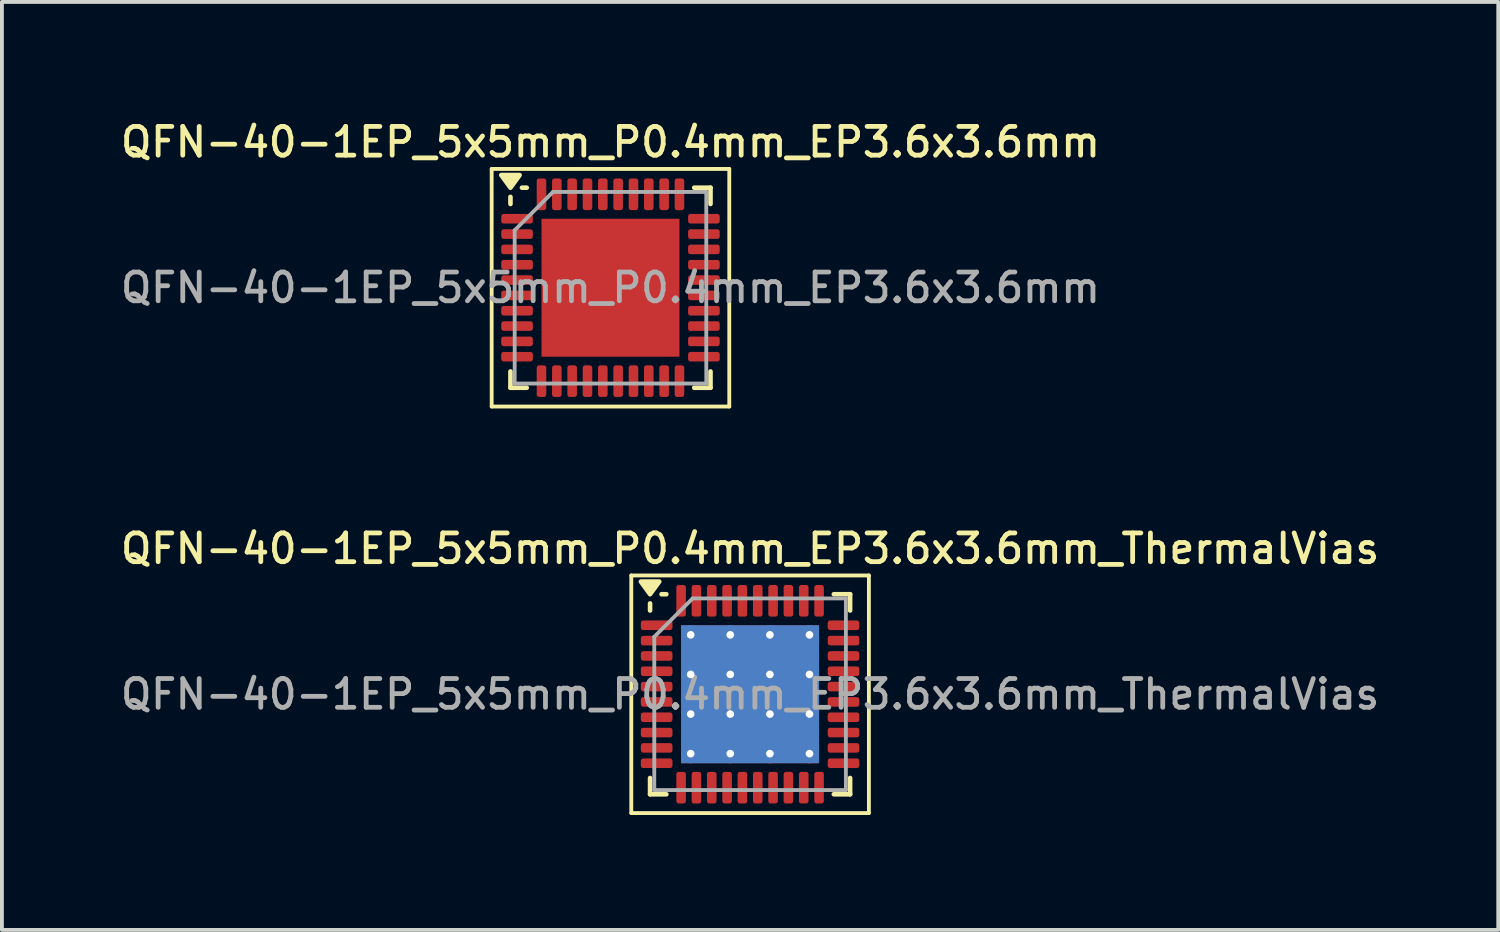
<source format=kicad_pcb>
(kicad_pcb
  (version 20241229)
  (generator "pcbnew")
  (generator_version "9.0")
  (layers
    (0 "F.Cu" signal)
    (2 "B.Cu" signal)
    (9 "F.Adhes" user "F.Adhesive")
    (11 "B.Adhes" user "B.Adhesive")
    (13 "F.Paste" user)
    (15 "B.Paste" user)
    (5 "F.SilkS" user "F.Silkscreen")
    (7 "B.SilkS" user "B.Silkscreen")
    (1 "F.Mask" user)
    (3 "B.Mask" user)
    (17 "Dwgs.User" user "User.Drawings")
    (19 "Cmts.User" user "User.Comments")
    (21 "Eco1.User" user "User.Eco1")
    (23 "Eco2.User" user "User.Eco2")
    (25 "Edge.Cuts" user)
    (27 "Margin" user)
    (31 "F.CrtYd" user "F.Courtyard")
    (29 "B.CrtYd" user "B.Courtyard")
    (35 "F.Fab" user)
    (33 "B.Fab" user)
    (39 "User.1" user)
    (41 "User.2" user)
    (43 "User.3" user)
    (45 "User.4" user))
  (footprint "QFN-40-1EP_5x5mm_P0.4mm_EP3.6x3.6mm"
    (layer "F.Cu")
    (at 12.88 4.458)
    (property "Reference" "QFN-40-1EP_5x5mm_P0.4mm_EP3.6x3.6mm" (at 0 -3.8 0) (layer "F.SilkS") (effects (font (size 0.75 0.75) (thickness 0.125))))
    (attr smd)
    (fp_line (start -3.1 -3.1) (end -3.1 3.1) (stroke (width 0.1) (type solid)) (layer "F.SilkS"))
    (fp_line (start -3.1 3.1) (end 3.1 3.1) (stroke (width 0.1) (type solid)) (layer "F.SilkS"))
    (fp_line (start -2.61 -2.185) (end -2.61 -2.37) (stroke (width 0.12) (type solid)) (layer "F.SilkS"))
    (fp_line (start -2.61 2.61) (end -2.61 2.185) (stroke (width 0.12) (type solid)) (layer "F.SilkS"))
    (fp_line (start -2.185 -2.61) (end -2.31 -2.61) (stroke (width 0.12) (type solid)) (layer "F.SilkS"))
    (fp_line (start -2.185 2.61) (end -2.61 2.61) (stroke (width 0.12) (type solid)) (layer "F.SilkS"))
    (fp_line (start 2.185 -2.61) (end 2.61 -2.61) (stroke (width 0.12) (type solid)) (layer "F.SilkS"))
    (fp_line (start 2.185 2.61) (end 2.61 2.61) (stroke (width 0.12) (type solid)) (layer "F.SilkS"))
    (fp_line (start 2.61 -2.61) (end 2.61 -2.185) (stroke (width 0.12) (type solid)) (layer "F.SilkS"))
    (fp_line (start 2.61 2.61) (end 2.61 2.185) (stroke (width 0.12) (type solid)) (layer "F.SilkS"))
    (fp_line (start 3.1 -3.1) (end -3.1 -3.1) (stroke (width 0.1) (type solid)) (layer "F.SilkS"))
    (fp_line (start 3.1 3.1) (end 3.1 -3.1) (stroke (width 0.1) (type solid)) (layer "F.SilkS"))
    (fp_poly (pts (xy -2.61 -2.61) (xy -2.85 -2.94) (xy -2.37 -2.94) (xy -2.61 -2.61)) (stroke (width 0.12) (type solid)) (fill yes) (layer "F.SilkS"))
    (fp_line (start -2.5 -1.5) (end -1.5 -2.5) (stroke (width 0.1) (type solid)) (layer "F.Fab"))
    (fp_line (start -2.5 2.5) (end -2.5 -1.5) (stroke (width 0.1) (type solid)) (layer "F.Fab"))
    (fp_line (start -1.5 -2.5) (end 2.5 -2.5) (stroke (width 0.1) (type solid)) (layer "F.Fab"))
    (fp_line (start 2.5 -2.5) (end 2.5 2.5) (stroke (width 0.1) (type solid)) (layer "F.Fab"))
    (fp_line (start 2.5 2.5) (end -2.5 2.5) (stroke (width 0.1) (type solid)) (layer "F.Fab"))
    (fp_text user "${REFERENCE}" (at 0 0 0) (layer "F.Fab") (effects (font (size 0.75 0.75) (thickness 0.125))))
    (pad "" smd roundrect (at -1.2 -1.2) (size 0.97 0.97) (layers "F.Paste") (roundrect_rratio 0.25))
    (pad "" smd roundrect (at -1.2 0) (size 0.97 0.97) (layers "F.Paste") (roundrect_rratio 0.25))
    (pad "" smd roundrect (at -1.2 1.2) (size 0.97 0.97) (layers "F.Paste") (roundrect_rratio 0.25))
    (pad "" smd roundrect (at 0 -1.2) (size 0.97 0.97) (layers "F.Paste") (roundrect_rratio 0.25))
    (pad "" smd roundrect (at 0 0) (size 0.97 0.97) (layers "F.Paste") (roundrect_rratio 0.25))
    (pad "" smd roundrect (at 0 1.2) (size 0.97 0.97) (layers "F.Paste") (roundrect_rratio 0.25))
    (pad "" smd roundrect (at 1.2 -1.2) (size 0.97 0.97) (layers "F.Paste") (roundrect_rratio 0.25))
    (pad "" smd roundrect (at 1.2 0) (size 0.97 0.97) (layers "F.Paste") (roundrect_rratio 0.25))
    (pad "" smd roundrect (at 1.2 1.2) (size 0.97 0.97) (layers "F.Paste") (roundrect_rratio 0.25))
    (pad "1" smd roundrect (at -2.438 -1.8) (size 0.825 0.25) (layers "F.Cu" "F.Mask" "F.Paste") (roundrect_rratio 0.25))
    (pad "2" smd roundrect (at -2.438 -1.4) (size 0.825 0.25) (layers "F.Cu" "F.Mask" "F.Paste") (roundrect_rratio 0.25))
    (pad "3" smd roundrect (at -2.438 -1) (size 0.825 0.25) (layers "F.Cu" "F.Mask" "F.Paste") (roundrect_rratio 0.25))
    (pad "4" smd roundrect (at -2.438 -0.6) (size 0.825 0.25) (layers "F.Cu" "F.Mask" "F.Paste") (roundrect_rratio 0.25))
    (pad "5" smd roundrect (at -2.438 -0.2) (size 0.825 0.25) (layers "F.Cu" "F.Mask" "F.Paste") (roundrect_rratio 0.25))
    (pad "6" smd roundrect (at -2.438 0.2) (size 0.825 0.25) (layers "F.Cu" "F.Mask" "F.Paste") (roundrect_rratio 0.25))
    (pad "7" smd roundrect (at -2.438 0.6) (size 0.825 0.25) (layers "F.Cu" "F.Mask" "F.Paste") (roundrect_rratio 0.25))
    (pad "8" smd roundrect (at -2.438 1) (size 0.825 0.25) (layers "F.Cu" "F.Mask" "F.Paste") (roundrect_rratio 0.25))
    (pad "9" smd roundrect (at -2.438 1.4) (size 0.825 0.25) (layers "F.Cu" "F.Mask" "F.Paste") (roundrect_rratio 0.25))
    (pad "10" smd roundrect (at -2.438 1.8) (size 0.825 0.25) (layers "F.Cu" "F.Mask" "F.Paste") (roundrect_rratio 0.25))
    (pad "11" smd roundrect (at -1.8 2.438) (size 0.25 0.825) (layers "F.Cu" "F.Mask" "F.Paste") (roundrect_rratio 0.25))
    (pad "12" smd roundrect (at -1.4 2.438) (size 0.25 0.825) (layers "F.Cu" "F.Mask" "F.Paste") (roundrect_rratio 0.25))
    (pad "13" smd roundrect (at -1 2.438) (size 0.25 0.825) (layers "F.Cu" "F.Mask" "F.Paste") (roundrect_rratio 0.25))
    (pad "14" smd roundrect (at -0.6 2.438) (size 0.25 0.825) (layers "F.Cu" "F.Mask" "F.Paste") (roundrect_rratio 0.25))
    (pad "15" smd roundrect (at -0.2 2.438) (size 0.25 0.825) (layers "F.Cu" "F.Mask" "F.Paste") (roundrect_rratio 0.25))
    (pad "16" smd roundrect (at 0.2 2.438) (size 0.25 0.825) (layers "F.Cu" "F.Mask" "F.Paste") (roundrect_rratio 0.25))
    (pad "17" smd roundrect (at 0.6 2.438) (size 0.25 0.825) (layers "F.Cu" "F.Mask" "F.Paste") (roundrect_rratio 0.25))
    (pad "18" smd roundrect (at 1 2.438) (size 0.25 0.825) (layers "F.Cu" "F.Mask" "F.Paste") (roundrect_rratio 0.25))
    (pad "19" smd roundrect (at 1.4 2.438) (size 0.25 0.825) (layers "F.Cu" "F.Mask" "F.Paste") (roundrect_rratio 0.25))
    (pad "20" smd roundrect (at 1.8 2.438) (size 0.25 0.825) (layers "F.Cu" "F.Mask" "F.Paste") (roundrect_rratio 0.25))
    (pad "21" smd roundrect (at 2.438 1.8) (size 0.825 0.25) (layers "F.Cu" "F.Mask" "F.Paste") (roundrect_rratio 0.25))
    (pad "22" smd roundrect (at 2.438 1.4) (size 0.825 0.25) (layers "F.Cu" "F.Mask" "F.Paste") (roundrect_rratio 0.25))
    (pad "23" smd roundrect (at 2.438 1) (size 0.825 0.25) (layers "F.Cu" "F.Mask" "F.Paste") (roundrect_rratio 0.25))
    (pad "24" smd roundrect (at 2.438 0.6) (size 0.825 0.25) (layers "F.Cu" "F.Mask" "F.Paste") (roundrect_rratio 0.25))
    (pad "25" smd roundrect (at 2.438 0.2) (size 0.825 0.25) (layers "F.Cu" "F.Mask" "F.Paste") (roundrect_rratio 0.25))
    (pad "26" smd roundrect (at 2.438 -0.2) (size 0.825 0.25) (layers "F.Cu" "F.Mask" "F.Paste") (roundrect_rratio 0.25))
    (pad "27" smd roundrect (at 2.438 -0.6) (size 0.825 0.25) (layers "F.Cu" "F.Mask" "F.Paste") (roundrect_rratio 0.25))
    (pad "28" smd roundrect (at 2.438 -1) (size 0.825 0.25) (layers "F.Cu" "F.Mask" "F.Paste") (roundrect_rratio 0.25))
    (pad "29" smd roundrect (at 2.438 -1.4) (size 0.825 0.25) (layers "F.Cu" "F.Mask" "F.Paste") (roundrect_rratio 0.25))
    (pad "30" smd roundrect (at 2.438 -1.8) (size 0.825 0.25) (layers "F.Cu" "F.Mask" "F.Paste") (roundrect_rratio 0.25))
    (pad "31" smd roundrect (at 1.8 -2.438) (size 0.25 0.825) (layers "F.Cu" "F.Mask" "F.Paste") (roundrect_rratio 0.25))
    (pad "32" smd roundrect (at 1.4 -2.438) (size 0.25 0.825) (layers "F.Cu" "F.Mask" "F.Paste") (roundrect_rratio 0.25))
    (pad "33" smd roundrect (at 1 -2.438) (size 0.25 0.825) (layers "F.Cu" "F.Mask" "F.Paste") (roundrect_rratio 0.25))
    (pad "34" smd roundrect (at 0.6 -2.438) (size 0.25 0.825) (layers "F.Cu" "F.Mask" "F.Paste") (roundrect_rratio 0.25))
    (pad "35" smd roundrect (at 0.2 -2.438) (size 0.25 0.825) (layers "F.Cu" "F.Mask" "F.Paste") (roundrect_rratio 0.25))
    (pad "36" smd roundrect (at -0.2 -2.438) (size 0.25 0.825) (layers "F.Cu" "F.Mask" "F.Paste") (roundrect_rratio 0.25))
    (pad "37" smd roundrect (at -0.6 -2.438) (size 0.25 0.825) (layers "F.Cu" "F.Mask" "F.Paste") (roundrect_rratio 0.25))
    (pad "38" smd roundrect (at -1 -2.438) (size 0.25 0.825) (layers "F.Cu" "F.Mask" "F.Paste") (roundrect_rratio 0.25))
    (pad "39" smd roundrect (at -1.4 -2.438) (size 0.25 0.825) (layers "F.Cu" "F.Mask" "F.Paste") (roundrect_rratio 0.25))
    (pad "40" smd roundrect (at -1.8 -2.438) (size 0.25 0.825) (layers "F.Cu" "F.Mask" "F.Paste") (roundrect_rratio 0.25))
    (pad "41" smd rect (at 0 0) (size 3.6 3.6) (property pad_prop_heatsink) (layers "F.Cu" "F.Mask")))
  (footprint "QFN-40-1EP_5x5mm_P0.4mm_EP3.6x3.6mm_ThermalVias"
    (layer "F.Cu")
    (at 16.523 15.066)
    (property "Reference" "QFN-40-1EP_5x5mm_P0.4mm_EP3.6x3.6mm_ThermalVias" (at 0 -3.8 0) (layer "F.SilkS") (effects (font (size 0.75 0.75) (thickness 0.125))))
    (attr smd)
    (fp_line (start -3.1 -3.1) (end -3.1 3.1) (stroke (width 0.1) (type solid)) (layer "F.SilkS"))
    (fp_line (start -3.1 3.1) (end 3.1 3.1) (stroke (width 0.1) (type solid)) (layer "F.SilkS"))
    (fp_line (start -2.61 -2.185) (end -2.61 -2.37) (stroke (width 0.12) (type solid)) (layer "F.SilkS"))
    (fp_line (start -2.61 2.61) (end -2.61 2.185) (stroke (width 0.12) (type solid)) (layer "F.SilkS"))
    (fp_line (start -2.185 -2.61) (end -2.31 -2.61) (stroke (width 0.12) (type solid)) (layer "F.SilkS"))
    (fp_line (start -2.185 2.61) (end -2.61 2.61) (stroke (width 0.12) (type solid)) (layer "F.SilkS"))
    (fp_line (start 2.185 -2.61) (end 2.61 -2.61) (stroke (width 0.12) (type solid)) (layer "F.SilkS"))
    (fp_line (start 2.185 2.61) (end 2.61 2.61) (stroke (width 0.12) (type solid)) (layer "F.SilkS"))
    (fp_line (start 2.61 -2.61) (end 2.61 -2.185) (stroke (width 0.12) (type solid)) (layer "F.SilkS"))
    (fp_line (start 2.61 2.61) (end 2.61 2.185) (stroke (width 0.12) (type solid)) (layer "F.SilkS"))
    (fp_line (start 3.1 -3.1) (end -3.1 -3.1) (stroke (width 0.1) (type solid)) (layer "F.SilkS"))
    (fp_line (start 3.1 3.1) (end 3.1 -3.1) (stroke (width 0.1) (type solid)) (layer "F.SilkS"))
    (fp_poly (pts (xy -2.61 -2.61) (xy -2.85 -2.94) (xy -2.37 -2.94) (xy -2.61 -2.61)) (stroke (width 0.12) (type solid)) (fill yes) (layer "F.SilkS"))
    (fp_line (start -2.5 -1.5) (end -1.5 -2.5) (stroke (width 0.1) (type solid)) (layer "F.Fab"))
    (fp_line (start -2.5 2.5) (end -2.5 -1.5) (stroke (width 0.1) (type solid)) (layer "F.Fab"))
    (fp_line (start -1.5 -2.5) (end 2.5 -2.5) (stroke (width 0.1) (type solid)) (layer "F.Fab"))
    (fp_line (start 2.5 -2.5) (end 2.5 2.5) (stroke (width 0.1) (type solid)) (layer "F.Fab"))
    (fp_line (start 2.5 2.5) (end -2.5 2.5) (stroke (width 0.1) (type solid)) (layer "F.Fab"))
    (fp_text user "${REFERENCE}" (at 0 0 0) (layer "F.Fab") (effects (font (size 0.75 0.75) (thickness 0.125))))
    (pad "" smd custom (at -1.033 -1.033) (size 0.803 0.803) (layers "F.Paste") (options (anchor circle)) (primitives (gr_poly (pts (xy -0.338 -0.233) (xy -0.233 -0.338) (xy 0.233 -0.338) (xy 0.338 -0.233) (xy 0.338 0.233) (xy 0.233 0.338) (xy -0.233 0.338) (xy -0.338 0.233)) (width 0.253) (fill yes))))
    (pad "" smd custom (at -1.033 0) (size 0.803 0.803) (layers "F.Paste") (options (anchor circle)) (primitives (gr_poly (pts (xy -0.338 -0.233) (xy -0.233 -0.338) (xy 0.233 -0.338) (xy 0.338 -0.233) (xy 0.338 0.233) (xy 0.233 0.338) (xy -0.233 0.338) (xy -0.338 0.233)) (width 0.253) (fill yes))))
    (pad "" smd custom (at -1.033 1.033) (size 0.803 0.803) (layers "F.Paste") (options (anchor circle)) (primitives (gr_poly (pts (xy -0.338 -0.233) (xy -0.233 -0.338) (xy 0.233 -0.338) (xy 0.338 -0.233) (xy 0.338 0.233) (xy 0.233 0.338) (xy -0.233 0.338) (xy -0.338 0.233)) (width 0.253) (fill yes))))
    (pad "" smd custom (at 0 -1.033) (size 0.803 0.803) (layers "F.Paste") (options (anchor circle)) (primitives (gr_poly (pts (xy -0.338 -0.233) (xy -0.233 -0.338) (xy 0.233 -0.338) (xy 0.338 -0.233) (xy 0.338 0.233) (xy 0.233 0.338) (xy -0.233 0.338) (xy -0.338 0.233)) (width 0.253) (fill yes))))
    (pad "" smd custom (at 0 0) (size 0.803 0.803) (layers "F.Paste") (options (anchor circle)) (primitives (gr_poly (pts (xy -0.338 -0.233) (xy -0.233 -0.338) (xy 0.233 -0.338) (xy 0.338 -0.233) (xy 0.338 0.233) (xy 0.233 0.338) (xy -0.233 0.338) (xy -0.338 0.233)) (width 0.253) (fill yes))))
    (pad "" smd custom (at 0 1.033) (size 0.803 0.803) (layers "F.Paste") (options (anchor circle)) (primitives (gr_poly (pts (xy -0.338 -0.233) (xy -0.233 -0.338) (xy 0.233 -0.338) (xy 0.338 -0.233) (xy 0.338 0.233) (xy 0.233 0.338) (xy -0.233 0.338) (xy -0.338 0.233)) (width 0.253) (fill yes))))
    (pad "" smd custom (at 1.033 -1.033) (size 0.803 0.803) (layers "F.Paste") (options (anchor circle)) (primitives (gr_poly (pts (xy -0.338 -0.233) (xy -0.233 -0.338) (xy 0.233 -0.338) (xy 0.338 -0.233) (xy 0.338 0.233) (xy 0.233 0.338) (xy -0.233 0.338) (xy -0.338 0.233)) (width 0.253) (fill yes))))
    (pad "" smd custom (at 1.033 0) (size 0.803 0.803) (layers "F.Paste") (options (anchor circle)) (primitives (gr_poly (pts (xy -0.338 -0.233) (xy -0.233 -0.338) (xy 0.233 -0.338) (xy 0.338 -0.233) (xy 0.338 0.233) (xy 0.233 0.338) (xy -0.233 0.338) (xy -0.338 0.233)) (width 0.253) (fill yes))))
    (pad "" smd custom (at 1.033 1.033) (size 0.803 0.803) (layers "F.Paste") (options (anchor circle)) (primitives (gr_poly (pts (xy -0.338 -0.233) (xy -0.233 -0.338) (xy 0.233 -0.338) (xy 0.338 -0.233) (xy 0.338 0.233) (xy 0.233 0.338) (xy -0.233 0.338) (xy -0.338 0.233)) (width 0.253) (fill yes))))
    (pad "1" smd roundrect (at -2.438 -1.8) (size 0.825 0.25) (layers "F.Cu" "F.Mask" "F.Paste") (roundrect_rratio 0.25))
    (pad "2" smd roundrect (at -2.438 -1.4) (size 0.825 0.25) (layers "F.Cu" "F.Mask" "F.Paste") (roundrect_rratio 0.25))
    (pad "3" smd roundrect (at -2.438 -1) (size 0.825 0.25) (layers "F.Cu" "F.Mask" "F.Paste") (roundrect_rratio 0.25))
    (pad "4" smd roundrect (at -2.438 -0.6) (size 0.825 0.25) (layers "F.Cu" "F.Mask" "F.Paste") (roundrect_rratio 0.25))
    (pad "5" smd roundrect (at -2.438 -0.2) (size 0.825 0.25) (layers "F.Cu" "F.Mask" "F.Paste") (roundrect_rratio 0.25))
    (pad "6" smd roundrect (at -2.438 0.2) (size 0.825 0.25) (layers "F.Cu" "F.Mask" "F.Paste") (roundrect_rratio 0.25))
    (pad "7" smd roundrect (at -2.438 0.6) (size 0.825 0.25) (layers "F.Cu" "F.Mask" "F.Paste") (roundrect_rratio 0.25))
    (pad "8" smd roundrect (at -2.438 1) (size 0.825 0.25) (layers "F.Cu" "F.Mask" "F.Paste") (roundrect_rratio 0.25))
    (pad "9" smd roundrect (at -2.438 1.4) (size 0.825 0.25) (layers "F.Cu" "F.Mask" "F.Paste") (roundrect_rratio 0.25))
    (pad "10" smd roundrect (at -2.438 1.8) (size 0.825 0.25) (layers "F.Cu" "F.Mask" "F.Paste") (roundrect_rratio 0.25))
    (pad "11" smd roundrect (at -1.8 2.438) (size 0.25 0.825) (layers "F.Cu" "F.Mask" "F.Paste") (roundrect_rratio 0.25))
    (pad "12" smd roundrect (at -1.4 2.438) (size 0.25 0.825) (layers "F.Cu" "F.Mask" "F.Paste") (roundrect_rratio 0.25))
    (pad "13" smd roundrect (at -1 2.438) (size 0.25 0.825) (layers "F.Cu" "F.Mask" "F.Paste") (roundrect_rratio 0.25))
    (pad "14" smd roundrect (at -0.6 2.438) (size 0.25 0.825) (layers "F.Cu" "F.Mask" "F.Paste") (roundrect_rratio 0.25))
    (pad "15" smd roundrect (at -0.2 2.438) (size 0.25 0.825) (layers "F.Cu" "F.Mask" "F.Paste") (roundrect_rratio 0.25))
    (pad "16" smd roundrect (at 0.2 2.438) (size 0.25 0.825) (layers "F.Cu" "F.Mask" "F.Paste") (roundrect_rratio 0.25))
    (pad "17" smd roundrect (at 0.6 2.438) (size 0.25 0.825) (layers "F.Cu" "F.Mask" "F.Paste") (roundrect_rratio 0.25))
    (pad "18" smd roundrect (at 1 2.438) (size 0.25 0.825) (layers "F.Cu" "F.Mask" "F.Paste") (roundrect_rratio 0.25))
    (pad "19" smd roundrect (at 1.4 2.438) (size 0.25 0.825) (layers "F.Cu" "F.Mask" "F.Paste") (roundrect_rratio 0.25))
    (pad "20" smd roundrect (at 1.8 2.438) (size 0.25 0.825) (layers "F.Cu" "F.Mask" "F.Paste") (roundrect_rratio 0.25))
    (pad "21" smd roundrect (at 2.438 1.8) (size 0.825 0.25) (layers "F.Cu" "F.Mask" "F.Paste") (roundrect_rratio 0.25))
    (pad "22" smd roundrect (at 2.438 1.4) (size 0.825 0.25) (layers "F.Cu" "F.Mask" "F.Paste") (roundrect_rratio 0.25))
    (pad "23" smd roundrect (at 2.438 1) (size 0.825 0.25) (layers "F.Cu" "F.Mask" "F.Paste") (roundrect_rratio 0.25))
    (pad "24" smd roundrect (at 2.438 0.6) (size 0.825 0.25) (layers "F.Cu" "F.Mask" "F.Paste") (roundrect_rratio 0.25))
    (pad "25" smd roundrect (at 2.438 0.2) (size 0.825 0.25) (layers "F.Cu" "F.Mask" "F.Paste") (roundrect_rratio 0.25))
    (pad "26" smd roundrect (at 2.438 -0.2) (size 0.825 0.25) (layers "F.Cu" "F.Mask" "F.Paste") (roundrect_rratio 0.25))
    (pad "27" smd roundrect (at 2.438 -0.6) (size 0.825 0.25) (layers "F.Cu" "F.Mask" "F.Paste") (roundrect_rratio 0.25))
    (pad "28" smd roundrect (at 2.438 -1) (size 0.825 0.25) (layers "F.Cu" "F.Mask" "F.Paste") (roundrect_rratio 0.25))
    (pad "29" smd roundrect (at 2.438 -1.4) (size 0.825 0.25) (layers "F.Cu" "F.Mask" "F.Paste") (roundrect_rratio 0.25))
    (pad "30" smd roundrect (at 2.438 -1.8) (size 0.825 0.25) (layers "F.Cu" "F.Mask" "F.Paste") (roundrect_rratio 0.25))
    (pad "31" smd roundrect (at 1.8 -2.438) (size 0.25 0.825) (layers "F.Cu" "F.Mask" "F.Paste") (roundrect_rratio 0.25))
    (pad "32" smd roundrect (at 1.4 -2.438) (size 0.25 0.825) (layers "F.Cu" "F.Mask" "F.Paste") (roundrect_rratio 0.25))
    (pad "33" smd roundrect (at 1 -2.438) (size 0.25 0.825) (layers "F.Cu" "F.Mask" "F.Paste") (roundrect_rratio 0.25))
    (pad "34" smd roundrect (at 0.6 -2.438) (size 0.25 0.825) (layers "F.Cu" "F.Mask" "F.Paste") (roundrect_rratio 0.25))
    (pad "35" smd roundrect (at 0.2 -2.438) (size 0.25 0.825) (layers "F.Cu" "F.Mask" "F.Paste") (roundrect_rratio 0.25))
    (pad "36" smd roundrect (at -0.2 -2.438) (size 0.25 0.825) (layers "F.Cu" "F.Mask" "F.Paste") (roundrect_rratio 0.25))
    (pad "37" smd roundrect (at -0.6 -2.438) (size 0.25 0.825) (layers "F.Cu" "F.Mask" "F.Paste") (roundrect_rratio 0.25))
    (pad "38" smd roundrect (at -1 -2.438) (size 0.25 0.825) (layers "F.Cu" "F.Mask" "F.Paste") (roundrect_rratio 0.25))
    (pad "39" smd roundrect (at -1.4 -2.438) (size 0.25 0.825) (layers "F.Cu" "F.Mask" "F.Paste") (roundrect_rratio 0.25))
    (pad "40" smd roundrect (at -1.8 -2.438) (size 0.25 0.825) (layers "F.Cu" "F.Mask" "F.Paste") (roundrect_rratio 0.25))
    (pad "41" thru_hole circle (at -1.55 -1.55) (size 0.5 0.5) (drill 0.2) (property pad_prop_heatsink) (layers "*.Cu"))
    (pad "41" thru_hole circle (at -1.55 -0.517) (size 0.5 0.5) (drill 0.2) (property pad_prop_heatsink) (layers "*.Cu"))
    (pad "41" thru_hole circle (at -1.55 0.517) (size 0.5 0.5) (drill 0.2) (property pad_prop_heatsink) (layers "*.Cu"))
    (pad "41" thru_hole circle (at -1.55 1.55) (size 0.5 0.5) (drill 0.2) (property pad_prop_heatsink) (layers "*.Cu"))
    (pad "41" thru_hole circle (at -0.517 -1.55) (size 0.5 0.5) (drill 0.2) (property pad_prop_heatsink) (layers "*.Cu"))
    (pad "41" thru_hole circle (at -0.517 -0.517) (size 0.5 0.5) (drill 0.2) (property pad_prop_heatsink) (layers "*.Cu"))
    (pad "41" thru_hole circle (at -0.517 0.517) (size 0.5 0.5) (drill 0.2) (property pad_prop_heatsink) (layers "*.Cu"))
    (pad "41" thru_hole circle (at -0.517 1.55) (size 0.5 0.5) (drill 0.2) (property pad_prop_heatsink) (layers "*.Cu"))
    (pad "41" smd rect (at 0 0) (size 3.6 3.6) (property pad_prop_heatsink) (layers "F.Cu" "F.Mask"))
    (pad "41" smd rect (at 0 0) (size 3.6 3.6) (property pad_prop_heatsink) (layers "B.Cu"))
    (pad "41" thru_hole circle (at 0.517 -1.55) (size 0.5 0.5) (drill 0.2) (property pad_prop_heatsink) (layers "*.Cu"))
    (pad "41" thru_hole circle (at 0.517 -0.517) (size 0.5 0.5) (drill 0.2) (property pad_prop_heatsink) (layers "*.Cu"))
    (pad "41" thru_hole circle (at 0.517 0.517) (size 0.5 0.5) (drill 0.2) (property pad_prop_heatsink) (layers "*.Cu"))
    (pad "41" thru_hole circle (at 0.517 1.55) (size 0.5 0.5) (drill 0.2) (property pad_prop_heatsink) (layers "*.Cu"))
    (pad "41" thru_hole circle (at 1.55 -1.55) (size 0.5 0.5) (drill 0.2) (property pad_prop_heatsink) (layers "*.Cu"))
    (pad "41" thru_hole circle (at 1.55 -0.517) (size 0.5 0.5) (drill 0.2) (property pad_prop_heatsink) (layers "*.Cu"))
    (pad "41" thru_hole circle (at 1.55 0.517) (size 0.5 0.5) (drill 0.2) (property pad_prop_heatsink) (layers "*.Cu"))
    (pad "41" thru_hole circle (at 1.55 1.55) (size 0.5 0.5) (drill 0.2) (property pad_prop_heatsink) (layers "*.Cu")))
  (gr_rect
    (start -3 -3)
    (end 36.046 21.216)
    (stroke (width 0.1) (type default))
    (fill no)
    (layer "Edge.Cuts")))
</source>
